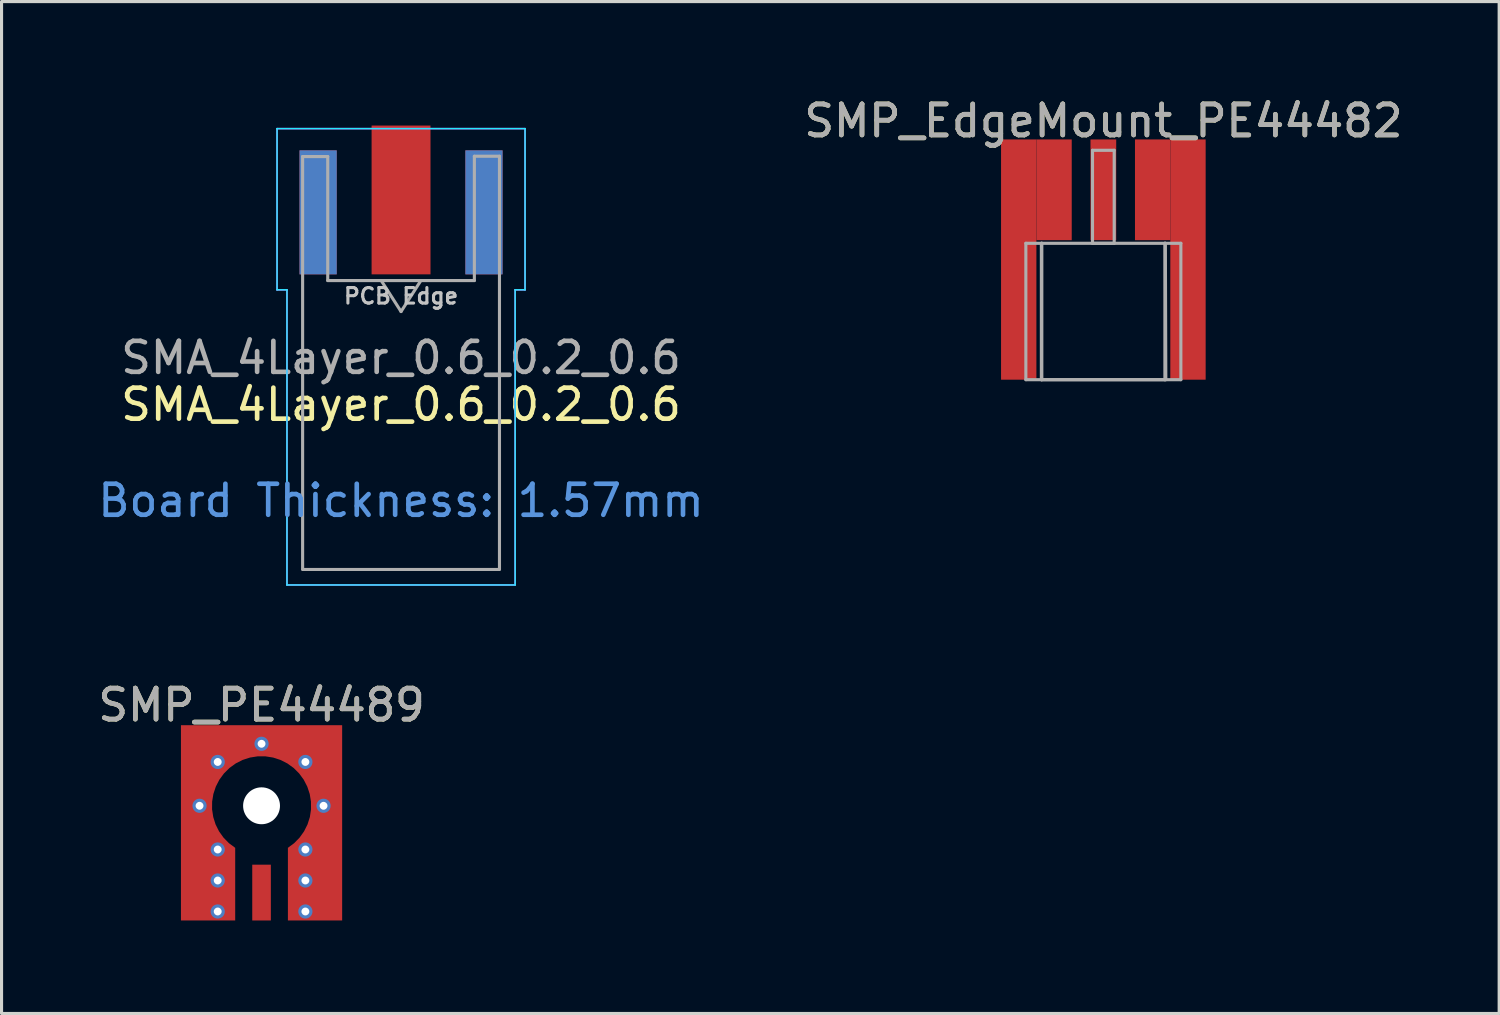
<source format=kicad_pcb>
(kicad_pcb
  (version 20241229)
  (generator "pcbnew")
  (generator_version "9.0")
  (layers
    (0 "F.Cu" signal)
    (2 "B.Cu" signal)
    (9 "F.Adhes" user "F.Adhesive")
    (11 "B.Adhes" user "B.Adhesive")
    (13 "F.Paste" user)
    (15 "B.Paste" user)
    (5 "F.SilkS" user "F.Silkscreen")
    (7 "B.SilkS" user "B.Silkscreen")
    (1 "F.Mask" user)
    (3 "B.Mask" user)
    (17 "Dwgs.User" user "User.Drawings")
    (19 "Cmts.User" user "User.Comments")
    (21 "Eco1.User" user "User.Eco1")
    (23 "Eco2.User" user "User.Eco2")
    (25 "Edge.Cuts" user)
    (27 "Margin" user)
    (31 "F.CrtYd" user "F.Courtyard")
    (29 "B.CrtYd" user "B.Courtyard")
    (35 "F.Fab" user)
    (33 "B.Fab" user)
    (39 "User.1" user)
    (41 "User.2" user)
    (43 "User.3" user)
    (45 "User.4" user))
  (footprint "SMP_EdgeMount_PE44482"
    (layer "F.Cu")
    (at 32.542 4.798)
    (property "Reference" "SMP_EdgeMount_PE44482" (at 0 -3.95 0) (layer "F.SilkS") (effects (font (size 1 1) (thickness 0.15))))
    (attr smd)
    (fp_line (start -2.5 0) (end -2.5 4.4) (stroke (width 0.1) (type solid)) (layer "F.Fab"))
    (fp_line (start -2.5 4.4) (end -1.985 4.4) (stroke (width 0.1) (type solid)) (layer "F.Fab"))
    (fp_line (start -2 4.4) (end -2 0) (stroke (width 0.1) (type solid)) (layer "F.Fab"))
    (fp_line (start -2 4.4) (end 2 4.4) (stroke (width 0.1) (type solid)) (layer "F.Fab"))
    (fp_line (start -1.985 0) (end -2.5 0) (stroke (width 0.1) (type solid)) (layer "F.Fab"))
    (fp_line (start -1.985 0) (end 1.985 0) (stroke (width 0.1) (type solid)) (layer "F.Fab"))
    (fp_line (start -1.985 4.4) (end -1.985 0) (stroke (width 0.1) (type solid)) (layer "F.Fab"))
    (fp_line (start -0.35 -3) (end 0.35 -3) (stroke (width 0.1) (type solid)) (layer "F.Fab"))
    (fp_line (start -0.35 0) (end -0.35 -3) (stroke (width 0.1) (type solid)) (layer "F.Fab"))
    (fp_line (start 0.35 -3) (end 0.35 0) (stroke (width 0.1) (type solid)) (layer "F.Fab"))
    (fp_line (start 0.35 0) (end -0.35 0) (stroke (width 0.1) (type solid)) (layer "F.Fab"))
    (fp_line (start 1.985 0) (end 2.5 0) (stroke (width 0.1) (type solid)) (layer "F.Fab"))
    (fp_line (start 1.985 4.4) (end -1.985 4.4) (stroke (width 0.1) (type solid)) (layer "F.Fab"))
    (fp_line (start 1.985 4.4) (end 1.985 0) (stroke (width 0.1) (type solid)) (layer "F.Fab"))
    (fp_line (start 2 0) (end 2.015 4.4) (stroke (width 0.1) (type solid)) (layer "F.Fab"))
    (fp_line (start 2.5 0) (end 2.5 4.4) (stroke (width 0.1) (type solid)) (layer "F.Fab"))
    (fp_line (start 2.5 4.4) (end 1.985 4.4) (stroke (width 0.1) (type solid)) (layer "F.Fab"))
    (fp_text user "${REFERENCE}" (at 0 -3.95 0) (layer "F.Fab") (effects (font (size 1 1) (thickness 0.15))))
    (pad "1" smd rect (at 0 -1.725) (size 0.83 3.25) (layers "F.Cu" "F.Mask" "F.Paste"))
    (pad "2" smd rect (at -2.73 0.525) (size 1.14 7.75) (layers "F.Cu" "F.Mask" "F.Paste"))
    (pad "2" smd rect (at -1.59 -1.725) (size 1.14 3.25) (layers "F.Cu" "F.Mask" "F.Paste"))
    (pad "2" smd rect (at 1.59 -1.725) (size 1.14 3.25) (layers "F.Cu" "F.Mask" "F.Paste"))
    (pad "2" smd rect (at 2.73 0.525) (size 1.14 7.75) (layers "F.Cu" "F.Mask" "F.Paste")))
  (footprint "SMA_4Layer_0.6_0.2_0.6"
    (layer "F.Cu")
    (at 9.887 5.8)
    (property "Reference" "SMA_4Layer_0.6_0.2_0.6" (at 0 4.2 0) (layer "F.SilkS") (effects (font (size 1 1) (thickness 0.15))))
    (attr smd)
    (fp_line (start -4 -4.7) (end 4 -4.7) (stroke (width 0.05) (type solid)) (layer "B.CrtYd"))
    (fp_line (start -4 0.5) (end -4 -4.7) (stroke (width 0.05) (type solid)) (layer "B.CrtYd"))
    (fp_line (start -3.68 0.5) (end -4 0.5) (stroke (width 0.05) (type solid)) (layer "B.CrtYd"))
    (fp_line (start -3.68 10.02) (end -3.68 0.5) (stroke (width 0.05) (type solid)) (layer "B.CrtYd"))
    (fp_line (start 3.68 0.5) (end 3.68 10.02) (stroke (width 0.05) (type solid)) (layer "B.CrtYd"))
    (fp_line (start 3.68 10.02) (end -3.68 10.02) (stroke (width 0.05) (type solid)) (layer "B.CrtYd"))
    (fp_line (start 4 0.5) (end 3.68 0.5) (stroke (width 0.05) (type solid)) (layer "B.CrtYd"))
    (fp_line (start 4 0.5) (end 4 -4.7) (stroke (width 0.05) (type solid)) (layer "B.CrtYd"))
    (fp_line (start -4 -4.7) (end 4 -4.7) (stroke (width 0.05) (type solid)) (layer "F.CrtYd"))
    (fp_line (start -4 0.5) (end -4 -4.7) (stroke (width 0.05) (type solid)) (layer "F.CrtYd"))
    (fp_line (start -3.68 0.5) (end -4 0.5) (stroke (width 0.05) (type solid)) (layer "F.CrtYd"))
    (fp_line (start -3.68 10.02) (end -3.68 0.5) (stroke (width 0.05) (type solid)) (layer "F.CrtYd"))
    (fp_line (start 3.68 0.5) (end 3.68 10.02) (stroke (width 0.05) (type solid)) (layer "F.CrtYd"))
    (fp_line (start 3.68 0.5) (end 4 0.5) (stroke (width 0.05) (type solid)) (layer "F.CrtYd"))
    (fp_line (start 3.68 10.02) (end -3.68 10.02) (stroke (width 0.05) (type solid)) (layer "F.CrtYd"))
    (fp_line (start 4 0.5) (end 4 -4.7) (stroke (width 0.05) (type solid)) (layer "F.CrtYd"))
    (fp_line (start -3.175 -3.8) (end -3.175 9.52) (stroke (width 0.1) (type solid)) (layer "F.Fab"))
    (fp_line (start -2.365 -3.8) (end -3.175 -3.8) (stroke (width 0.1) (type solid)) (layer "F.Fab"))
    (fp_line (start -2.365 0.2) (end -2.365 -3.8) (stroke (width 0.1) (type solid)) (layer "F.Fab"))
    (fp_line (start 0 1.2) (end -0.64 0.2) (stroke (width 0.1) (type solid)) (layer "F.Fab"))
    (fp_line (start 0.64 0.2) (end 0 1.2) (stroke (width 0.1) (type solid)) (layer "F.Fab"))
    (fp_line (start 2.365 -3.81) (end 2.365 0.2) (stroke (width 0.1) (type default)) (layer "F.Fab"))
    (fp_line (start 2.365 0.2) (end -2.365 0.2) (stroke (width 0.1) (type solid)) (layer "F.Fab"))
    (fp_line (start 3.165 9.52) (end -3.165 9.52) (stroke (width 0.1) (type solid)) (layer "F.Fab"))
    (fp_line (start 3.175 -3.81) (end 2.365 -3.81) (stroke (width 0.1) (type solid)) (layer "F.Fab"))
    (fp_line (start 3.175 -3.81) (end 3.175 9.52) (stroke (width 0.1) (type solid)) (layer "F.Fab"))
    (fp_text user "PCB Edge" (at 0 0.7 0) (layer "Dwgs.User") (effects (font (size 0.5 0.5) (thickness 0.1))))
    (fp_text user "Board Thickness: 1.57mm" (at 0 7.3 0) (layer "Cmts.User") (effects (font (size 1 1) (thickness 0.15))))
    (fp_text user "${REFERENCE}" (at 0 2.69 180) (layer "F.Fab") (effects (font (size 1 1) (thickness 0.15))))
    (pad "1" smd rect (at 0 -2.4) (size 1.9 4.8) (layers "F.Cu" "F.Mask" "F.Paste"))
    (pad "2" smd rect (at -2.675 -2) (size 1.2 4) (layers "F.Cu" "F.Mask" "F.Paste"))
    (pad "2" smd rect (at -2.675 -2) (size 1.2 4) (layers "B.Cu" "B.Mask" "B.Paste"))
    (pad "2" smd rect (at 2.675 -2) (size 1.2 4) (layers "F.Cu" "F.Mask" "F.Paste"))
    (pad "2" smd rect (at 2.675 -2) (size 1.2 4) (layers "B.Cu" "B.Mask" "B.Paste"))
    (zone (net_name "") (layer "F.Cu") (name "SMA Keepout Top") (hatch edge 0.5) (connect_pads) (min_thickness 0.25) (filled_areas_thickness no) (keepout (tracks allowed) (vias allowed) (pads allowed) (copperpour not_allowed) (footprints allowed)) (placement (enabled no)) (fill) (polygon (pts (xy 8.737 6) (xy 8.737 0) (xy 11.037 0) (xy 11.037 6))))
    (zone (net_name "") (layer "In1.Cu") (name "SMA Layer 2 Keepout") (hatch edge 0.5) (connect_pads) (min_thickness 0.25) (filled_areas_thickness no) (keepout (tracks not_allowed) (vias not_allowed) (pads not_allowed) (copperpour not_allowed) (footprints not_allowed)) (placement (enabled no)) (fill) (polygon (pts (xy 8.937 6) (xy 10.837 6) (xy 10.837 1) (xy 8.937 1)))))
  (footprint "SMP_PE44489"
    (layer "F.Cu")
    (at 5.387 22.943)
    (property "Reference" "SMP_PE44489" (at 0 -3.25 0) (layer "F.SilkS") (effects (font (size 1 1) (thickness 0.15))))
    (attr through_hole)
    (fp_poly (pts (xy -2.6 -2.6) (xy -2.6 2.6) (xy -0.85 2.6) (xy -0.85 1.2) (xy -1 1.05) (xy -1.2 0.8) (xy -1.3 0.6) (xy -1.4 0.35) (xy -1.45 0.15) (xy -1.45 -0.1) (xy -1.4 -0.35) (xy -1.3 -0.65) (xy -1.15 -0.9) (xy -0.9 -1.15) (xy -0.65 -1.3) (xy -0.4 -1.4) (xy -0.1 -1.45) (xy 0.1 -1.45) (xy 0.35 -1.4) (xy 0.55 -1.35) (xy 0.75 -1.25) (xy 0.95 -1.1) (xy 1.15 -0.9) (xy 1.25 -0.75) (xy 1.35 -0.5) (xy 1.4 -0.35) (xy 1.45 -0.1) (xy 1.45 0.1) (xy 1.4 0.4) (xy 1.35 0.55) (xy 1.25 0.75) (xy 1.1 0.95) (xy 0.85 1.2) (xy 0.85 2.6) (xy 2.6 2.6) (xy 2.6 -2.6)) (stroke (width 0.01) (type solid)) (fill yes) (layer "F.Mask"))
    (fp_poly (pts (xy -2.5 0.05) (xy -1.7 0.05) (xy -1.7 0.25) (xy -1.6 0.6) (xy -1.5 0.9) (xy -1.3 1.15) (xy -1.15 1.3) (xy -1.05 1.4) (xy -1.05 2.4) (xy -2.5 2.4)) (stroke (width 0.01) (type solid)) (fill yes) (layer "F.Paste"))
    (fp_poly (pts (xy 2.5 0.05) (xy 1.7 0.05) (xy 1.65 0.35) (xy 1.55 0.7) (xy 1.45 0.95) (xy 1.3 1.15) (xy 1.15 1.3) (xy 1.05 1.4) (xy 1.05 2.4) (xy 2.5 2.4)) (stroke (width 0.01) (type solid)) (fill yes) (layer "F.Paste"))
    (fp_poly (pts (xy -0.1 -2.5) (xy -2.5 -2.5) (xy -2.5 -0.1) (xy -1.7 -0.1) (xy -1.65 -0.35) (xy -1.6 -0.55) (xy -1.55 -0.7) (xy -1.4 -0.95) (xy -1.2 -1.2) (xy -0.95 -1.4) (xy -0.65 -1.55) (xy -0.4 -1.65) (xy -0.1 -1.7)) (stroke (width 0.01) (type solid)) (fill yes) (layer "F.Paste"))
    (fp_poly (pts (xy 0.1 -2.5) (xy 2.5 -2.5) (xy 2.5 -0.1) (xy 1.7 -0.1) (xy 1.65 -0.35) (xy 1.6 -0.55) (xy 1.55 -0.7) (xy 1.4 -0.95) (xy 1.2 -1.2) (xy 0.95 -1.4) (xy 0.65 -1.55) (xy 0.4 -1.65) (xy 0.1 -1.7)) (stroke (width 0.01) (type solid)) (fill yes) (layer "F.Paste"))
    (fp_text user "${REFERENCE}" (at 0 -3.25 0) (layer "F.Fab") (effects (font (size 1 1) (thickness 0.15))))
    (pad "" np_thru_hole circle (at 0 0) (size 1.19 1.19) (drill 1.19) (layers "*.Cu" "*.Mask"))
    (pad "1" smd rect (at 0 2.8) (size 0.6 1.8) (layers "F.Cu" "F.Mask" "F.Paste"))
    (pad "2" thru_hole circle (at -2 0) (size 0.457 0.457) (drill 0.254) (layers "*.Cu"))
    (pad "2" smd custom (at -1.791 3.224) (size 0.734 0.734) (layers "F.Cu") (options (anchor circle)) (primitives (gr_poly (pts (xy -0.809 0.476) (xy -0.809 -5.824) (xy 4.391 -5.824) (xy 4.391 0.476) (xy 2.641 0.476) (xy 2.641 -1.868) (xy 2.842 -2.017) (xy 3.017 -2.196) (xy 3.162 -2.399) (xy 3.274 -2.623) (xy 3.35 -2.861) (xy 3.387 -3.109) (xy 3.385 -3.359) (xy 3.345 -3.605) (xy 3.266 -3.843) (xy 3.152 -4.065) (xy 3.004 -4.267) (xy 2.827 -4.443) (xy 2.624 -4.59) (xy 2.401 -4.703) (xy 2.163 -4.78) (xy 1.916 -4.819) (xy 1.666 -4.819) (xy 1.419 -4.78) (xy 1.181 -4.703) (xy 0.958 -4.59) (xy 0.755 -4.443) (xy 0.578 -4.267) (xy 0.43 -4.065) (xy 0.316 -3.843) (xy 0.237 -3.605) (xy 0.197 -3.359) (xy 0.195 -3.109) (xy 0.233 -2.861) (xy 0.308 -2.623) (xy 0.42 -2.399) (xy 0.565 -2.196) (xy 0.74 -2.017) (xy 0.941 -1.868) (xy 0.941 0.476)) (width 0) (fill yes))))
    (pad "2" thru_hole circle (at -1.414 -1.414) (size 0.457 0.457) (drill 0.254) (layers "*.Cu"))
    (pad "2" thru_hole circle (at -1.414 1.41) (size 0.457 0.457) (drill 0.254) (layers "*.Cu"))
    (pad "2" thru_hole circle (at -1.414 2.41) (size 0.457 0.457) (drill 0.254) (layers "*.Cu"))
    (pad "2" thru_hole circle (at -1.414 3.41) (size 0.457 0.457) (drill 0.254) (layers "*.Cu"))
    (pad "2" thru_hole circle (at 0 -2) (size 0.457 0.457) (drill 0.254) (layers "*.Cu"))
    (pad "2" thru_hole circle (at 1.414 -1.414) (size 0.457 0.457) (drill 0.254) (layers "*.Cu"))
    (pad "2" thru_hole circle (at 1.414 1.41) (size 0.457 0.457) (drill 0.254) (layers "*.Cu"))
    (pad "2" thru_hole circle (at 1.414 2.41) (size 0.457 0.457) (drill 0.254) (layers "*.Cu"))
    (pad "2" thru_hole circle (at 1.414 3.41) (size 0.457 0.457) (drill 0.254) (layers "*.Cu"))
    (pad "2" thru_hole circle (at 2 0) (size 0.457 0.457) (drill 0.254) (layers "*.Cu"))
    (zone (net_name "") (layer "B.Cu") (hatch edge 0.5) (connect_pads) (min_thickness 0.25) (filled_areas_thickness no) (keepout (tracks not_allowed) (vias not_allowed) (pads not_allowed) (copperpour not_allowed) (footprints not_allowed)) (placement (enabled no)) (fill) (polygon (pts (xy 5.512 21.348) (xy 5.759 21.387) (xy 5.997 21.464) (xy 6.22 21.577) (xy 6.423 21.724) (xy 6.6 21.9) (xy 6.748 22.102) (xy 6.862 22.324) (xy 6.941 22.562) (xy 6.981 22.808) (xy 6.983 23.058) (xy 6.946 23.306) (xy 6.87 23.544) (xy 6.758 23.768) (xy 6.613 23.971) (xy 6.438 24.15) (xy 6.237 24.299) (xy 6.037 24.393) (xy 5.787 24.493) (xy 5.487 24.543) (xy 5.287 24.543) (xy 5.037 24.493) (xy 4.837 24.443) (xy 4.637 24.343) (xy 4.537 24.299) (xy 4.336 24.15) (xy 4.161 23.971) (xy 4.016 23.768) (xy 3.904 23.544) (xy 3.829 23.306) (xy 3.791 23.058) (xy 3.793 22.808) (xy 3.833 22.562) (xy 3.912 22.324) (xy 4.026 22.102) (xy 4.174 21.9) (xy 4.351 21.724) (xy 4.554 21.577) (xy 4.777 21.464) (xy 5.015 21.387) (xy 5.262 21.348))))
    (zone (net_name "") (layer "In1.Cu") (hatch edge 0.5) (connect_pads) (min_thickness 0.25) (filled_areas_thickness no) (keepout (tracks not_allowed) (vias not_allowed) (pads not_allowed) (copperpour not_allowed) (footprints not_allowed)) (placement (enabled no)) (fill) (polygon (pts (xy 5.387 21.343) (xy 5.512 21.348) (xy 5.759 21.387) (xy 5.997 21.464) (xy 6.22 21.577) (xy 6.423 21.724) (xy 6.6 21.9) (xy 6.748 22.102) (xy 6.862 22.324) (xy 6.941 22.562) (xy 6.981 22.808) (xy 6.983 23.058) (xy 6.946 23.306) (xy 6.87 23.544) (xy 6.758 23.768) (xy 6.613 23.971) (xy 6.438 24.15) (xy 6.237 24.299) (xy 6.237 26.643) (xy 4.537 26.643) (xy 4.537 24.299) (xy 4.336 24.15) (xy 4.161 23.971) (xy 4.016 23.768) (xy 3.904 23.544) (xy 3.829 23.306) (xy 3.791 23.058) (xy 3.793 22.808) (xy 3.833 22.562) (xy 3.912 22.324) (xy 4.026 22.102) (xy 4.174 21.9) (xy 4.351 21.724) (xy 4.554 21.577) (xy 4.777 21.464) (xy 5.015 21.387) (xy 5.262 21.348)))))
  (gr_rect
    (start -3 -3)
    (end 45.31 29.643)
    (stroke (width 0.1) (type default))
    (fill no)
    (layer "Edge.Cuts")))
</source>
